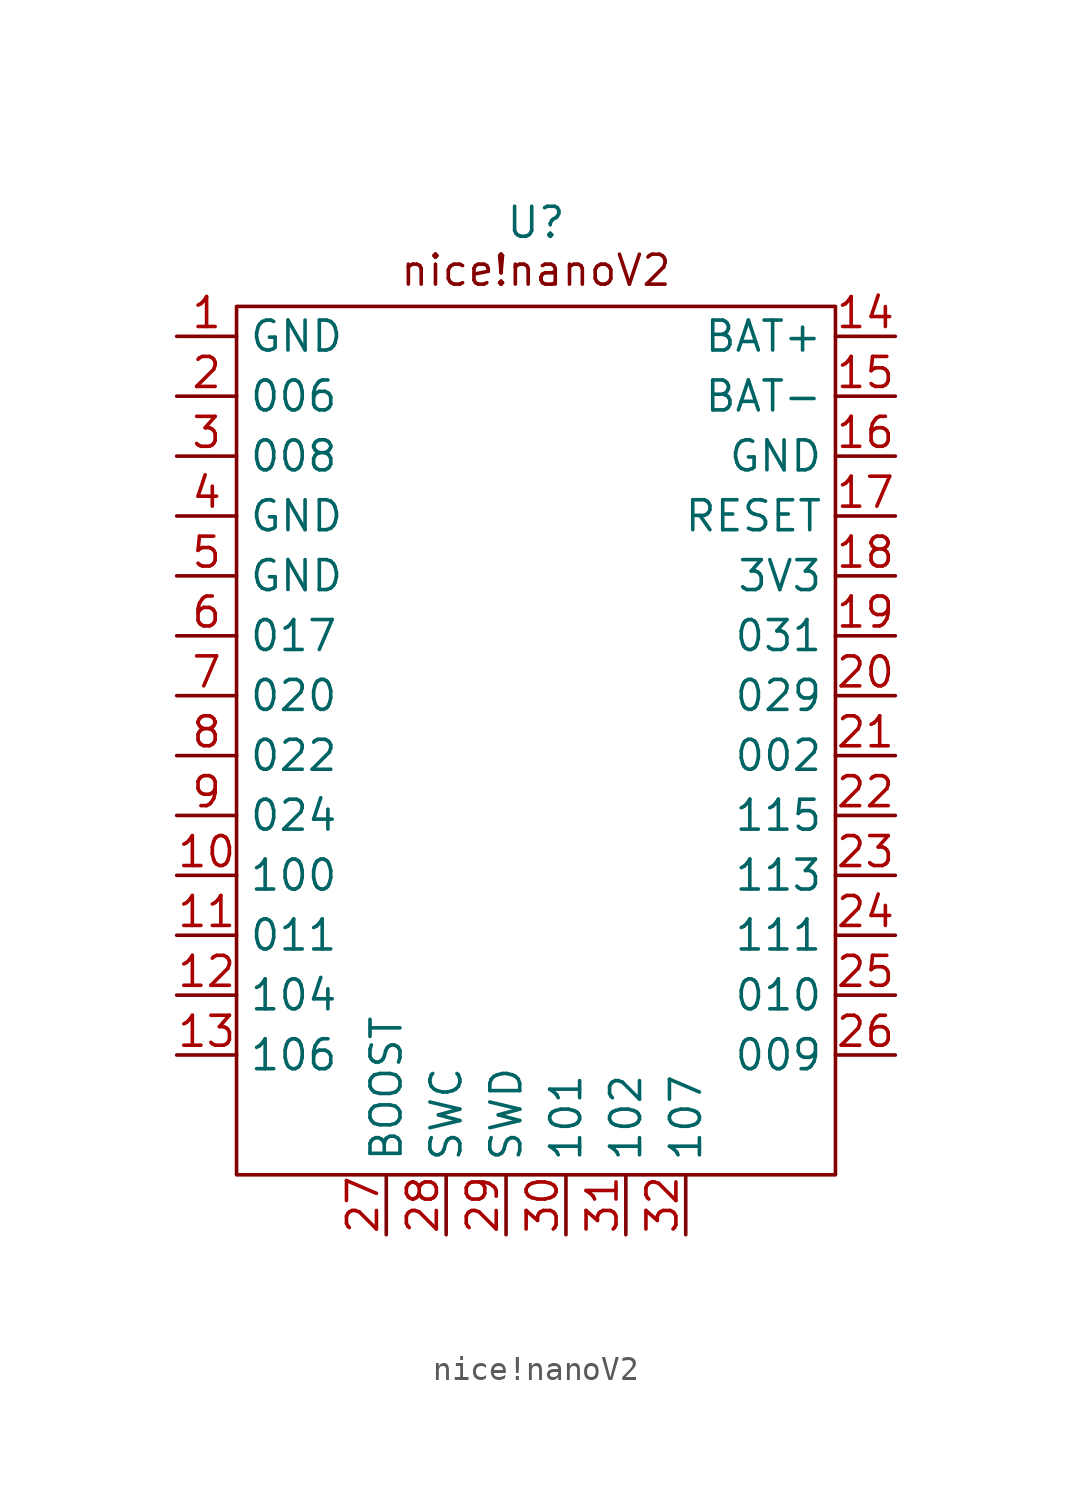
<source format=kicad_sym>
(kicad_symbol_lib
  (version 20241209)
  (generator "kicad_symbol_editor")
  (generator_version "9.0")
  (symbol "nice!nanoV2"
    (property "Reference" "U"
      (at 0 18.796 0)
      (effects (font (size 1.27 1.27))))
    (property "Value" ""
      (at 0 0 0)
      (effects (font (size 1.27 1.27))))
    (symbol "nice!nanoV2_0_1"
      (rectangle (start -12.7 15.24) (end 12.7 -21.59) (stroke (width 0) (type default)) (fill (type none))))
    (symbol "nice!nanoV2_1_1"
      (text "nice!nanoV2" (at 0 16.764 0) (effects (font (size 1.27 1.27))))
      (pin bidirectional line (at -15.24 13.97 0) (length 2.54) (name "GND" (effects (font (size 1.27 1.27)))) (number "1" (effects (font (size 1.27 1.27)))))
      (pin bidirectional line (at -15.24 11.43 0) (length 2.54) (name "006" (effects (font (size 1.27 1.27)))) (number "2" (effects (font (size 1.27 1.27)))))
      (pin bidirectional line (at -15.24 8.89 0) (length 2.54) (name "008" (effects (font (size 1.27 1.27)))) (number "3" (effects (font (size 1.27 1.27)))))
      (pin bidirectional line (at -15.24 6.35 0) (length 2.54) (name "GND" (effects (font (size 1.27 1.27)))) (number "4" (effects (font (size 1.27 1.27)))))
      (pin bidirectional line (at -15.24 3.81 0) (length 2.54) (name "GND" (effects (font (size 1.27 1.27)))) (number "5" (effects (font (size 1.27 1.27)))))
      (pin bidirectional line (at -15.24 1.27 0) (length 2.54) (name "017" (effects (font (size 1.27 1.27)))) (number "6" (effects (font (size 1.27 1.27)))))
      (pin bidirectional line (at -15.24 -1.27 0) (length 2.54) (name "020" (effects (font (size 1.27 1.27)))) (number "7" (effects (font (size 1.27 1.27)))))
      (pin bidirectional line (at -15.24 -3.81 0) (length 2.54) (name "022" (effects (font (size 1.27 1.27)))) (number "8" (effects (font (size 1.27 1.27)))))
      (pin bidirectional line (at -15.24 -6.35 0) (length 2.54) (name "024" (effects (font (size 1.27 1.27)))) (number "9" (effects (font (size 1.27 1.27)))))
      (pin bidirectional line (at -15.24 -8.89 0) (length 2.54) (name "100" (effects (font (size 1.27 1.27)))) (number "10" (effects (font (size 1.27 1.27)))))
      (pin bidirectional line (at -15.24 -11.43 0) (length 2.54) (name "011" (effects (font (size 1.27 1.27)))) (number "11" (effects (font (size 1.27 1.27)))))
      (pin bidirectional line (at -15.24 -13.97 0) (length 2.54) (name "104" (effects (font (size 1.27 1.27)))) (number "12" (effects (font (size 1.27 1.27)))))
      (pin bidirectional line (at -15.24 -16.51 0) (length 2.54) (name "106" (effects (font (size 1.27 1.27)))) (number "13" (effects (font (size 1.27 1.27)))))
      (pin bidirectional line (at -6.35 -24.13 90) (length 2.54) (name "BOOST" (effects (font (size 1.27 1.27)))) (number "27" (effects (font (size 1.27 1.27)))))
      (pin bidirectional line (at -3.81 -24.13 90) (length 2.54) (name "SWC" (effects (font (size 1.27 1.27)))) (number "28" (effects (font (size 1.27 1.27)))))
      (pin bidirectional line (at -1.27 -24.13 90) (length 2.54) (name "SWD" (effects (font (size 1.27 1.27)))) (number "29" (effects (font (size 1.27 1.27)))))
      (pin bidirectional line (at 1.27 -24.13 90) (length 2.54) (name "101" (effects (font (size 1.27 1.27)))) (number "30" (effects (font (size 1.27 1.27)))))
      (pin bidirectional line (at 3.81 -24.13 90) (length 2.54) (name "102" (effects (font (size 1.27 1.27)))) (number "31" (effects (font (size 1.27 1.27)))))
      (pin bidirectional line (at 6.35 -24.13 90) (length 2.54) (name "107" (effects (font (size 1.27 1.27)))) (number "32" (effects (font (size 1.27 1.27)))))
      (pin bidirectional line (at 15.24 13.97 180) (length 2.54) (name "BAT+" (effects (font (size 1.27 1.27)))) (number "14" (effects (font (size 1.27 1.27)))))
      (pin bidirectional line (at 15.24 11.43 180) (length 2.54) (name "BAT-" (effects (font (size 1.27 1.27)))) (number "15" (effects (font (size 1.27 1.27)))))
      (pin bidirectional line (at 15.24 8.89 180) (length 2.54) (name "GND" (effects (font (size 1.27 1.27)))) (number "16" (effects (font (size 1.27 1.27)))))
      (pin bidirectional line (at 15.24 6.35 180) (length 2.54) (name "RESET" (effects (font (size 1.27 1.27)))) (number "17" (effects (font (size 1.27 1.27)))))
      (pin bidirectional line (at 15.24 3.81 180) (length 2.54) (name "3V3" (effects (font (size 1.27 1.27)))) (number "18" (effects (font (size 1.27 1.27)))))
      (pin bidirectional line (at 15.24 1.27 180) (length 2.54) (name "031" (effects (font (size 1.27 1.27)))) (number "19" (effects (font (size 1.27 1.27)))))
      (pin bidirectional line (at 15.24 -1.27 180) (length 2.54) (name "029" (effects (font (size 1.27 1.27)))) (number "20" (effects (font (size 1.27 1.27)))))
      (pin bidirectional line (at 15.24 -3.81 180) (length 2.54) (name "002" (effects (font (size 1.27 1.27)))) (number "21" (effects (font (size 1.27 1.27)))))
      (pin bidirectional line (at 15.24 -6.35 180) (length 2.54) (name "115" (effects (font (size 1.27 1.27)))) (number "22" (effects (font (size 1.27 1.27)))))
      (pin bidirectional line (at 15.24 -8.89 180) (length 2.54) (name "113" (effects (font (size 1.27 1.27)))) (number "23" (effects (font (size 1.27 1.27)))))
      (pin bidirectional line (at 15.24 -11.43 180) (length 2.54) (name "111" (effects (font (size 1.27 1.27)))) (number "24" (effects (font (size 1.27 1.27)))))
      (pin bidirectional line (at 15.24 -13.97 180) (length 2.54) (name "010" (effects (font (size 1.27 1.27)))) (number "25" (effects (font (size 1.27 1.27)))))
      (pin bidirectional line (at 15.24 -16.51 180) (length 2.54) (name "009" (effects (font (size 1.27 1.27)))) (number "26" (effects (font (size 1.27 1.27))))))))
</source>
